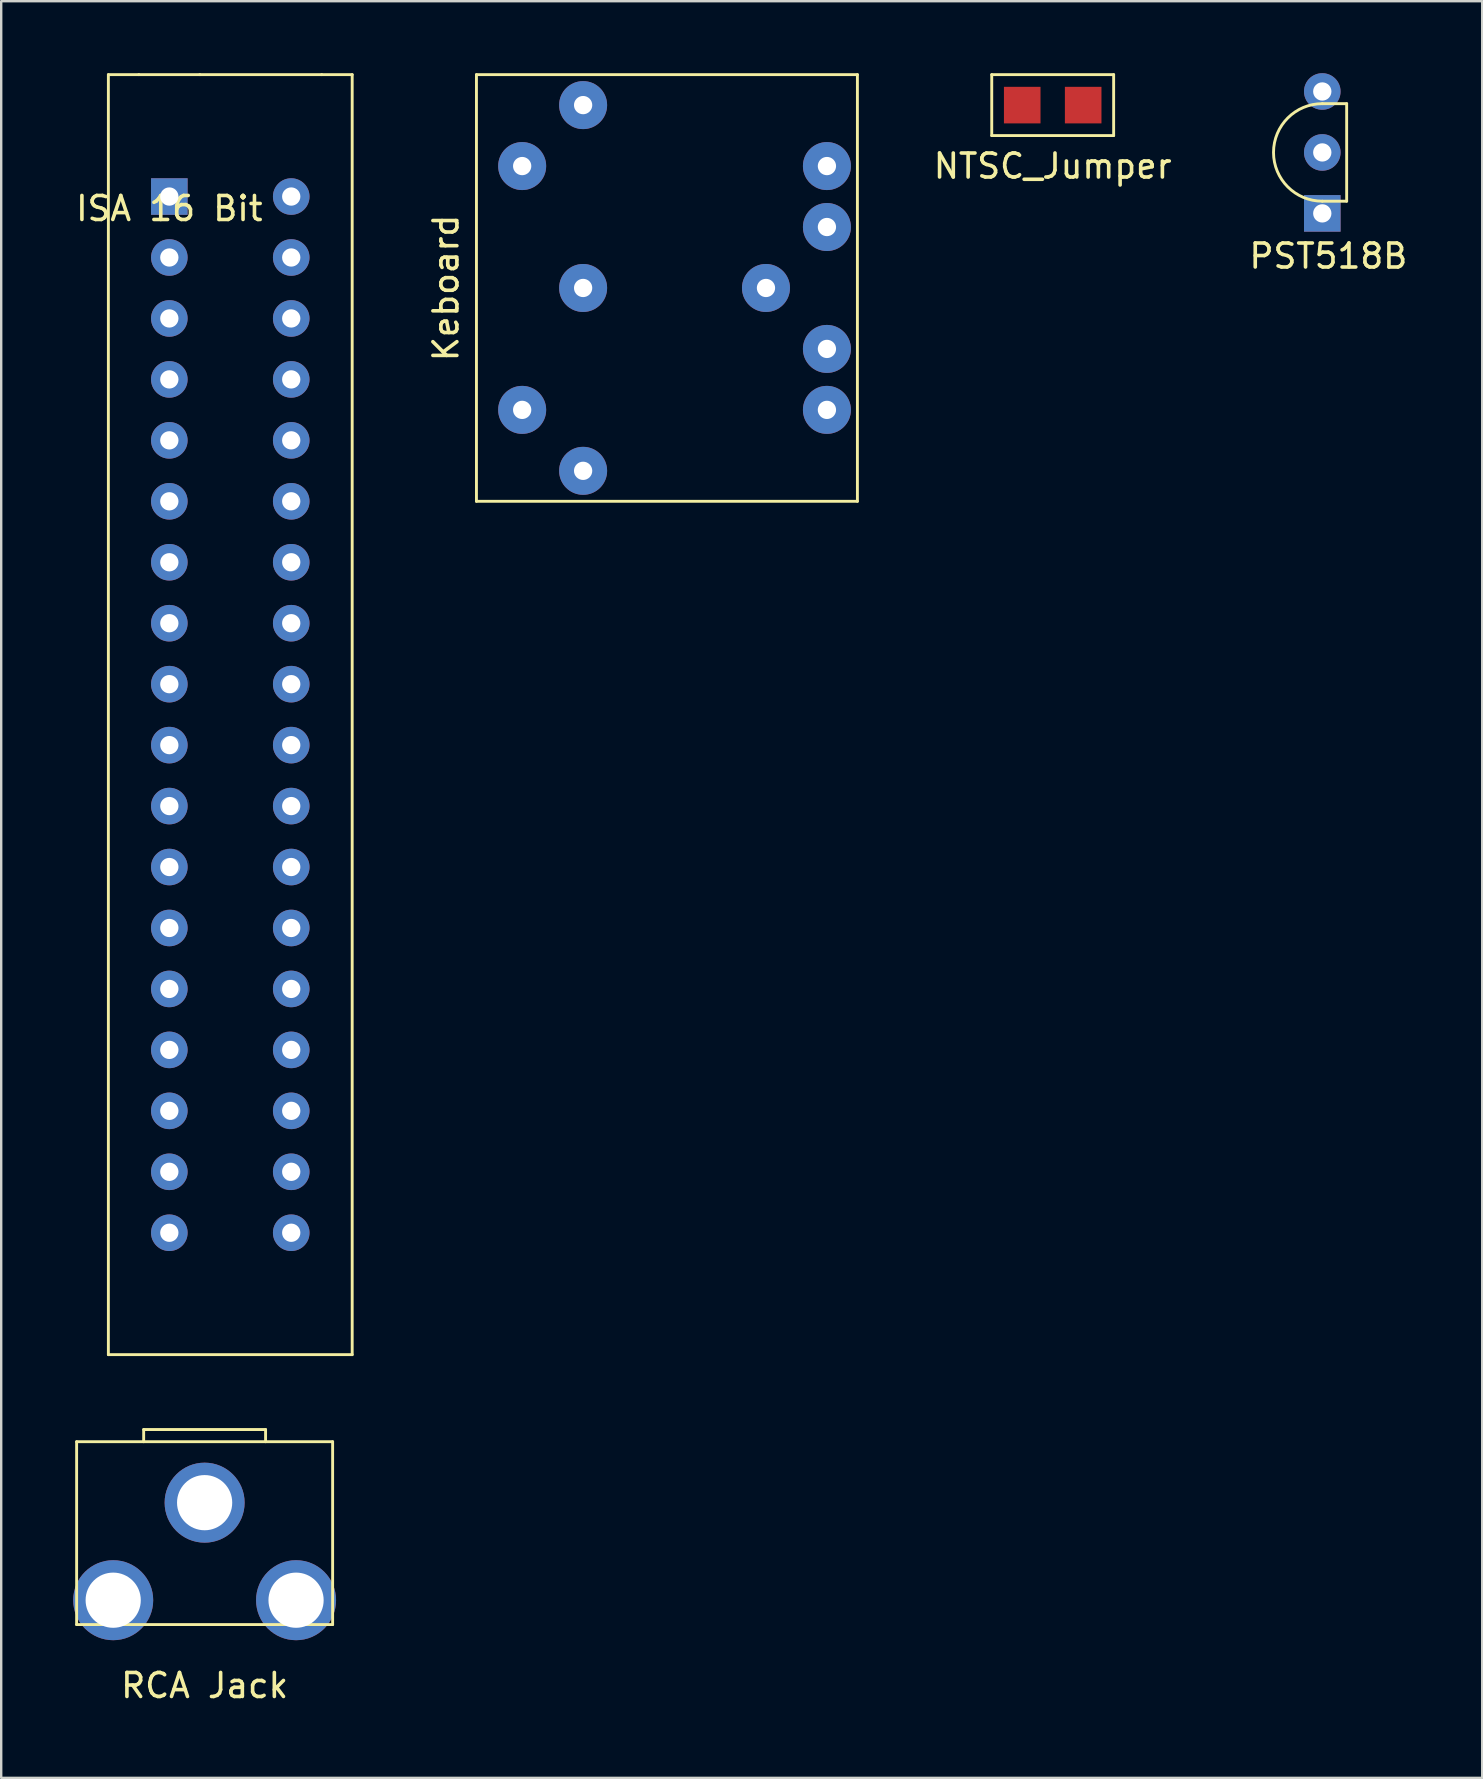
<source format=kicad_pcb>
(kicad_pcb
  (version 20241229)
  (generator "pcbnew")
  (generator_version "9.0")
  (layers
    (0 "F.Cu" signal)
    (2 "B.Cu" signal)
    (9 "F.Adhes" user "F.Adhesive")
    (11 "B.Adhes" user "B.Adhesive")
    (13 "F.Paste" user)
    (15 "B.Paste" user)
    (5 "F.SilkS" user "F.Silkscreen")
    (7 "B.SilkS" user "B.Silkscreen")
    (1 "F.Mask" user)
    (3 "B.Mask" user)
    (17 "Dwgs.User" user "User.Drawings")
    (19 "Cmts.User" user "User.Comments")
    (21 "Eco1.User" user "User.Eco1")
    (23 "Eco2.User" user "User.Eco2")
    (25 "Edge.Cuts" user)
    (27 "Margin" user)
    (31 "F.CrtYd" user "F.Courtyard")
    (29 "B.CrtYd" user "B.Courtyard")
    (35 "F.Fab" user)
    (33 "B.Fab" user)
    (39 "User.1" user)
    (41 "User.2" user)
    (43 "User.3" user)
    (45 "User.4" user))
  (footprint "RCA Jack"
    (layer "F.Cu")
    (at 5.477 64.648)
    (property "Reference" "RCA Jack" (at 0 2.54 0) (layer "F.SilkS") (effects (font (size 1 1) (thickness 0.15))))
    (attr through_hole)
    (fp_line (start -5.334 -7.62) (end -5.334 0) (stroke (width 0.12) (type solid)) (layer "F.SilkS"))
    (fp_line (start -5.334 0) (end 5.334 0) (stroke (width 0.12) (type solid)) (layer "F.SilkS"))
    (fp_line (start -2.54 -8.128) (end 2.54 -8.128) (stroke (width 0.12) (type solid)) (layer "F.SilkS"))
    (fp_line (start -2.54 -7.62) (end -2.54 -8.128) (stroke (width 0.12) (type solid)) (layer "F.SilkS"))
    (fp_line (start 2.54 -8.128) (end 2.54 -7.62) (stroke (width 0.12) (type solid)) (layer "F.SilkS"))
    (fp_line (start 5.334 -7.62) (end -5.334 -7.62) (stroke (width 0.12) (type solid)) (layer "F.SilkS"))
    (fp_line (start 5.334 0) (end 5.334 -7.62) (stroke (width 0.12) (type solid)) (layer "F.SilkS"))
    (pad "0" thru_hole circle (at -3.81 -1.016) (size 3.334 3.334) (drill 2.3) (layers "*.Cu" "*.Mask"))
    (pad "1" thru_hole circle (at 0 -5.08) (size 3.334 3.334) (drill 2.3) (layers "*.Cu" "*.Mask"))
    (pad "2" thru_hole circle (at 3.81 -1.016) (size 3.334 3.334) (drill 2.3) (layers "*.Cu" "*.Mask")))
  (footprint "NTSC_Jumper"
    (layer "F.Cu")
    (at 40.817 1.33)
    (property "Reference" "NTSC_Jumper" (at 0 2.54 0) (layer "F.SilkS") (effects (font (size 1 1) (thickness 0.15))))
    (attr through_hole)
    (fp_line (start -2.54 -1.27) (end 2.54 -1.27) (stroke (width 0.12) (type solid)) (layer "F.SilkS"))
    (fp_line (start -2.54 1.27) (end -2.54 -1.27) (stroke (width 0.12) (type solid)) (layer "F.SilkS"))
    (fp_line (start 2.54 -1.27) (end 2.54 1.27) (stroke (width 0.12) (type solid)) (layer "F.SilkS"))
    (fp_line (start 2.54 1.27) (end -2.54 1.27) (stroke (width 0.12) (type solid)) (layer "F.SilkS"))
    (pad "1" smd rect (at -1.27 0) (size 1.524 1.524) (layers "F.Cu" "F.Mask" "F.Paste"))
    (pad "2" smd rect (at 1.27 0) (size 1.524 1.524) (layers "F.Cu" "F.Mask" "F.Paste")))
  (footprint "PST518B"
    (layer "F.Cu")
    (at 52.051 3.302)
    (property "Reference" "PST518B" (at 0.254 4.318 0) (layer "F.SilkS") (effects (font (size 1 1) (thickness 0.15))))
    (attr through_hole)
    (fp_line (start 1.016 -2.032) (end 0 -2.032) (stroke (width 0.12) (type solid)) (layer "F.SilkS"))
    (fp_line (start 1.016 2.032) (end 0 2.032) (stroke (width 0.12) (type solid)) (layer "F.SilkS"))
    (fp_line (start 1.016 2.032) (end 1.016 -2.032) (stroke (width 0.12) (type solid)) (layer "F.SilkS"))
    (fp_arc (start 0 2.032) (mid -2.032 0) (end 0 -2.032) (stroke (width 0.12) (type solid)) (layer "F.SilkS"))
    (pad "1" thru_hole rect (at 0 2.54) (size 1.524 1.524) (drill 0.762) (layers "*.Cu" "*.Mask"))
    (pad "2" thru_hole circle (at 0 0) (size 1.524 1.524) (drill 0.762) (layers "*.Cu" "*.Mask"))
    (pad "3" thru_hole circle (at 0 -2.54) (size 1.524 1.524) (drill 0.762) (layers "*.Cu" "*.Mask")))
  (footprint "ISA 16 Bit"
    (layer "F.Cu")
    (at 4.006 5.14)
    (property "Reference" "ISA 16 Bit" (at 0 0.5 0) (layer "F.SilkS") (effects (font (size 1 1) (thickness 0.15))))
    (attr through_hole)
    (fp_line (start -2.54 -5.08) (end -1.27 -5.08) (stroke (width 0.12) (type solid)) (layer "F.SilkS"))
    (fp_line (start -2.54 48.26) (end -2.54 -5.08) (stroke (width 0.12) (type solid)) (layer "F.SilkS"))
    (fp_line (start -2.54 48.26) (end 7.62 48.26) (stroke (width 0.12) (type solid)) (layer "F.SilkS"))
    (fp_line (start 1.27 -5.08) (end -1.27 -5.08) (stroke (width 0.12) (type solid)) (layer "F.SilkS"))
    (fp_line (start 6.35 -5.08) (end 1.27 -5.08) (stroke (width 0.12) (type solid)) (layer "F.SilkS"))
    (fp_line (start 7.62 -5.08) (end 6.35 -5.08) (stroke (width 0.12) (type solid)) (layer "F.SilkS"))
    (fp_line (start 7.62 -5.08) (end 7.62 48.26) (stroke (width 0.12) (type solid)) (layer "F.SilkS"))
    (pad "1" thru_hole rect (at 0 0) (size 1.524 1.524) (drill 0.762) (layers "*.Cu" "*.Mask"))
    (pad "2" thru_hole circle (at 5.08 0) (size 1.524 1.524) (drill 0.762) (layers "*.Cu" "*.Mask"))
    (pad "3" thru_hole circle (at 0 2.54) (size 1.524 1.524) (drill 0.762) (layers "*.Cu" "*.Mask"))
    (pad "4" thru_hole circle (at 5.08 2.54) (size 1.524 1.524) (drill 0.762) (layers "*.Cu" "*.Mask"))
    (pad "5" thru_hole circle (at 0 5.08) (size 1.524 1.524) (drill 0.762) (layers "*.Cu" "*.Mask"))
    (pad "6" thru_hole circle (at 5.08 5.08) (size 1.524 1.524) (drill 0.762) (layers "*.Cu" "*.Mask"))
    (pad "7" thru_hole circle (at 0 7.62) (size 1.524 1.524) (drill 0.762) (layers "*.Cu" "*.Mask"))
    (pad "8" thru_hole circle (at 5.08 7.62) (size 1.524 1.524) (drill 0.762) (layers "*.Cu" "*.Mask"))
    (pad "9" thru_hole circle (at 0 10.16) (size 1.524 1.524) (drill 0.762) (layers "*.Cu" "*.Mask"))
    (pad "10" thru_hole circle (at 5.08 10.16) (size 1.524 1.524) (drill 0.762) (layers "*.Cu" "*.Mask"))
    (pad "11" thru_hole circle (at 0 12.7) (size 1.524 1.524) (drill 0.762) (layers "*.Cu" "*.Mask"))
    (pad "12" thru_hole circle (at 5.08 12.7) (size 1.524 1.524) (drill 0.762) (layers "*.Cu" "*.Mask"))
    (pad "13" thru_hole circle (at 0 15.24) (size 1.524 1.524) (drill 0.762) (layers "*.Cu" "*.Mask"))
    (pad "14" thru_hole circle (at 5.08 15.24) (size 1.524 1.524) (drill 0.762) (layers "*.Cu" "*.Mask"))
    (pad "15" thru_hole circle (at 0 17.78) (size 1.524 1.524) (drill 0.762) (layers "*.Cu" "*.Mask"))
    (pad "16" thru_hole circle (at 5.08 17.78) (size 1.524 1.524) (drill 0.762) (layers "*.Cu" "*.Mask"))
    (pad "17" thru_hole circle (at 0 20.32) (size 1.524 1.524) (drill 0.762) (layers "*.Cu" "*.Mask"))
    (pad "18" thru_hole circle (at 5.08 20.32) (size 1.524 1.524) (drill 0.762) (layers "*.Cu" "*.Mask"))
    (pad "19" thru_hole circle (at 0 22.86) (size 1.524 1.524) (drill 0.762) (layers "*.Cu" "*.Mask"))
    (pad "20" thru_hole circle (at 5.08 22.86) (size 1.524 1.524) (drill 0.762) (layers "*.Cu" "*.Mask"))
    (pad "21" thru_hole circle (at 0 25.4) (size 1.524 1.524) (drill 0.762) (layers "*.Cu" "*.Mask"))
    (pad "22" thru_hole circle (at 5.08 25.4) (size 1.524 1.524) (drill 0.762) (layers "*.Cu" "*.Mask"))
    (pad "23" thru_hole circle (at 0 27.94) (size 1.524 1.524) (drill 0.762) (layers "*.Cu" "*.Mask"))
    (pad "24" thru_hole circle (at 5.08 27.94) (size 1.524 1.524) (drill 0.762) (layers "*.Cu" "*.Mask"))
    (pad "25" thru_hole circle (at 0 30.48) (size 1.524 1.524) (drill 0.762) (layers "*.Cu" "*.Mask"))
    (pad "26" thru_hole circle (at 5.08 30.48) (size 1.524 1.524) (drill 0.762) (layers "*.Cu" "*.Mask"))
    (pad "27" thru_hole circle (at 0 33.02) (size 1.524 1.524) (drill 0.762) (layers "*.Cu" "*.Mask"))
    (pad "28" thru_hole circle (at 5.08 33.02) (size 1.524 1.524) (drill 0.762) (layers "*.Cu" "*.Mask"))
    (pad "29" thru_hole circle (at 0 35.56) (size 1.524 1.524) (drill 0.762) (layers "*.Cu" "*.Mask"))
    (pad "30" thru_hole circle (at 5.08 35.56) (size 1.524 1.524) (drill 0.762) (layers "*.Cu" "*.Mask"))
    (pad "31" thru_hole circle (at 0 38.1) (size 1.524 1.524) (drill 0.762) (layers "*.Cu" "*.Mask"))
    (pad "32" thru_hole circle (at 5.08 38.1) (size 1.524 1.524) (drill 0.762) (layers "*.Cu" "*.Mask"))
    (pad "33" thru_hole circle (at 0 40.64) (size 1.524 1.524) (drill 0.762) (layers "*.Cu" "*.Mask"))
    (pad "34" thru_hole circle (at 5.08 40.64) (size 1.524 1.524) (drill 0.762) (layers "*.Cu" "*.Mask"))
    (pad "35" thru_hole circle (at 0 43.18) (size 1.524 1.524) (drill 0.762) (layers "*.Cu" "*.Mask"))
    (pad "36" thru_hole circle (at 5.08 43.18) (size 1.524 1.524) (drill 0.762) (layers "*.Cu" "*.Mask")))
  (footprint "Keboard"
    (layer "F.Cu")
    (at 25.059 8.95)
    (property "Reference" "Keboard" (at -9.525 0 90) (layer "F.SilkS") (effects (font (size 1 1) (thickness 0.15))))
    (attr through_hole)
    (fp_line (start -8.255 -8.89) (end -8.255 8.89) (stroke (width 0.12) (type solid)) (layer "F.SilkS"))
    (fp_line (start -8.255 8.89) (end 7.62 8.89) (stroke (width 0.12) (type solid)) (layer "F.SilkS"))
    (fp_line (start 7.62 -8.89) (end -8.255 -8.89) (stroke (width 0.12) (type solid)) (layer "F.SilkS"))
    (fp_line (start 7.62 8.89) (end 7.62 -8.89) (stroke (width 0.12) (type solid)) (layer "F.SilkS"))
    (pad "1" thru_hole circle (at -3.81 7.62) (size 2 2) (drill 0.762) (layers "*.Cu" "*.Mask"))
    (pad "2" thru_hole circle (at -3.81 0) (size 2 2) (drill 0.762) (layers "*.Cu" "*.Mask"))
    (pad "3" thru_hole circle (at -3.81 -7.62) (size 2 2) (drill 0.762) (layers "*.Cu" "*.Mask"))
    (pad "4" thru_hole circle (at -6.35 5.08) (size 2 2) (drill 0.762) (layers "*.Cu" "*.Mask"))
    (pad "5" thru_hole circle (at -6.35 -5.08) (size 2 2) (drill 0.762) (layers "*.Cu" "*.Mask"))
    (pad "6" thru_hole circle (at 6.35 -5.08) (size 2 2) (drill 0.762) (layers "*.Cu" "*.Mask"))
    (pad "6" thru_hole circle (at 6.35 -2.54) (size 2 2) (drill 0.762) (layers "*.Cu" "*.Mask"))
    (pad "7" thru_hole circle (at 3.81 0) (size 2 2) (drill 0.762) (layers "*.Cu" "*.Mask"))
    (pad "8" thru_hole circle (at 6.35 2.54) (size 2 2) (drill 0.762) (layers "*.Cu" "*.Mask"))
    (pad "8" thru_hole circle (at 6.35 5.08) (size 2 2) (drill 0.762) (layers "*.Cu" "*.Mask")))
  (gr_rect
    (start -3 -3)
    (end 58.715 71.036)
    (stroke (width 0.1) (type default))
    (fill no)
    (layer "Edge.Cuts")))
</source>
